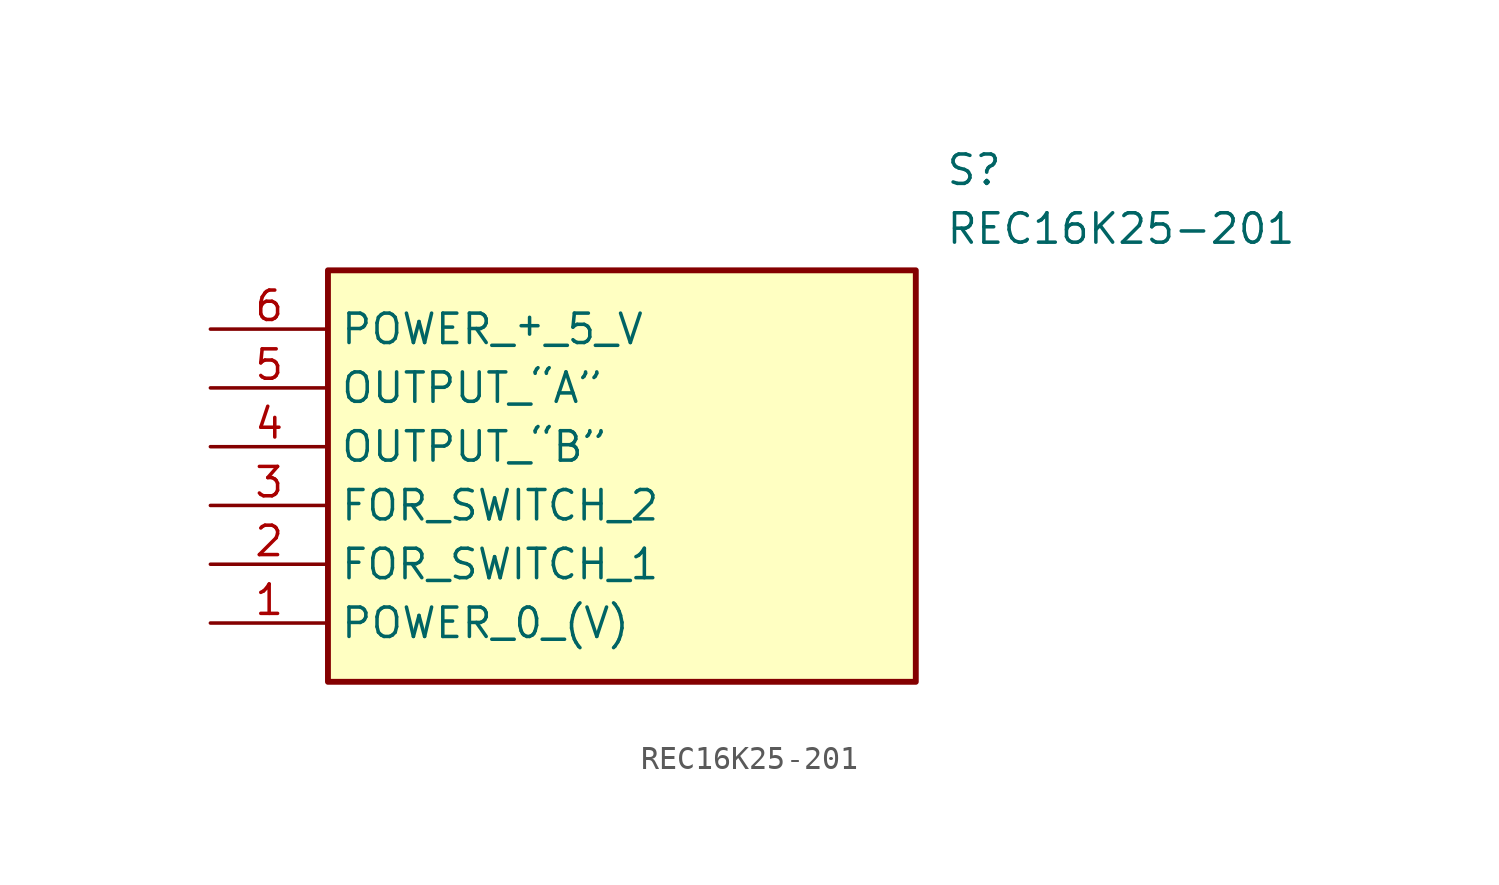
<source format=kicad_sym>
(kicad_symbol_lib
  (version 20211014)
  (generator SamacSys_ECAD_Model)
  (symbol "REC16K25-201"
    (property "Reference" "S"
      (at 31.75 7.62 0)
      (effects (font (size 1.27 1.27)) (justify left top)))
    (property "Value" "REC16K25-201"
      (at 31.75 5.08 0)
      (effects (font (size 1.27 1.27)) (justify left top)))
    (rectangle
      (start 5.08 2.54)
      (end 30.48 -15.24)
      (stroke (width 0.254) (type default))
      (fill (type background)))
    (pin passive line
      (at 0 -12.7 0)
      (length 5.08)
      (name "POWER_0_(V)" (effects (font (size 1.27 1.27))))
      (number "1" (effects (font (size 1.27 1.27)))))
    (pin passive line
      (at 0 -10.16 0)
      (length 5.08)
      (name "FOR_SWITCH_1" (effects (font (size 1.27 1.27))))
      (number "2" (effects (font (size 1.27 1.27)))))
    (pin passive line
      (at 0 -7.62 0)
      (length 5.08)
      (name "FOR_SWITCH_2" (effects (font (size 1.27 1.27))))
      (number "3" (effects (font (size 1.27 1.27)))))
    (pin passive line
      (at 0 -5.08 0)
      (length 5.08)
      (name "OUTPUT_“B”" (effects (font (size 1.27 1.27))))
      (number "4" (effects (font (size 1.27 1.27)))))
    (pin passive line
      (at 0 -2.54 0)
      (length 5.08)
      (name "OUTPUT_“A”" (effects (font (size 1.27 1.27))))
      (number "5" (effects (font (size 1.27 1.27)))))
    (pin passive line
      (at 0 0 0)
      (length 5.08)
      (name "POWER_＋_5_V" (effects (font (size 1.27 1.27))))
      (number "6" (effects (font (size 1.27 1.27)))))))
</source>
